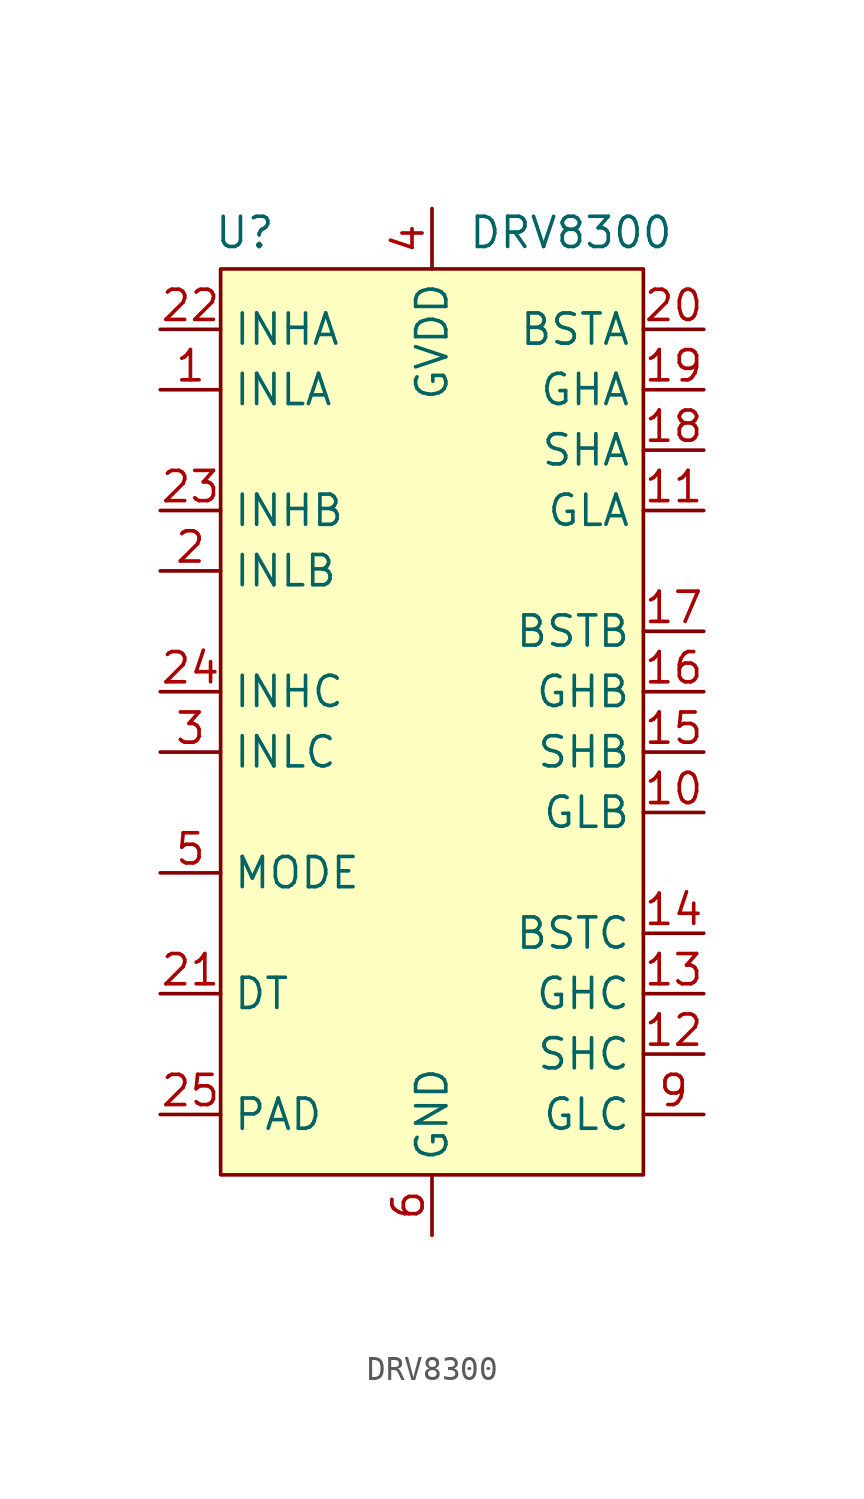
<source format=kicad_sym>
(kicad_symbol_lib
  (version 20231120)
  (generator "kicad_symbol_editor")
  (generator_version "8.0")
  (symbol "DRV8300"
    (property "Reference" "U"
      (at -7.874 20.574 0)
      (effects (font (size 1.27 1.27))))
    (property "Value" "DRV8300"
      (at 5.842 20.574 0)
      (effects (font (size 1.27 1.27))))
    (symbol "DRV8300_1_0"
      (pin no_connect line (at -2.54 -21.59 90) (length 2.54) hide (name "NC" (effects (font (size 1.27 1.27)))) (number "7" (effects (font (size 1.27 1.27)))))
      (pin no_connect line (at 2.54 -21.59 90) (length 2.54) hide (name "NC" (effects (font (size 1.27 1.27)))) (number "8" (effects (font (size 1.27 1.27))))))
    (symbol "DRV8300_1_1"
      (rectangle (start -8.89 19.05) (end 8.89 -19.05) (stroke (width 0) (type default)) (fill (type background)))
      (pin passive line (at -11.43 13.97 0) (length 2.54) (name "INLA" (effects (font (size 1.27 1.27)))) (number "1" (effects (font (size 1.27 1.27)))))
      (pin passive line (at 11.43 -3.81 180) (length 2.54) (name "GLB" (effects (font (size 1.27 1.27)))) (number "10" (effects (font (size 1.27 1.27)))))
      (pin passive line (at 11.43 8.89 180) (length 2.54) (name "GLA" (effects (font (size 1.27 1.27)))) (number "11" (effects (font (size 1.27 1.27)))))
      (pin passive line (at 11.43 -13.97 180) (length 2.54) (name "SHC" (effects (font (size 1.27 1.27)))) (number "12" (effects (font (size 1.27 1.27)))))
      (pin passive line (at 11.43 -11.43 180) (length 2.54) (name "GHC" (effects (font (size 1.27 1.27)))) (number "13" (effects (font (size 1.27 1.27)))))
      (pin passive line (at 11.43 -8.89 180) (length 2.54) (name "BSTC" (effects (font (size 1.27 1.27)))) (number "14" (effects (font (size 1.27 1.27)))))
      (pin passive line (at 11.43 -1.27 180) (length 2.54) (name "SHB" (effects (font (size 1.27 1.27)))) (number "15" (effects (font (size 1.27 1.27)))))
      (pin passive line (at 11.43 1.27 180) (length 2.54) (name "GHB" (effects (font (size 1.27 1.27)))) (number "16" (effects (font (size 1.27 1.27)))))
      (pin passive line (at 11.43 3.81 180) (length 2.54) (name "BSTB" (effects (font (size 1.27 1.27)))) (number "17" (effects (font (size 1.27 1.27)))))
      (pin passive line (at 11.43 11.43 180) (length 2.54) (name "SHA" (effects (font (size 1.27 1.27)))) (number "18" (effects (font (size 1.27 1.27)))))
      (pin passive line (at 11.43 13.97 180) (length 2.54) (name "GHA" (effects (font (size 1.27 1.27)))) (number "19" (effects (font (size 1.27 1.27)))))
      (pin passive line (at -11.43 6.35 0) (length 2.54) (name "INLB" (effects (font (size 1.27 1.27)))) (number "2" (effects (font (size 1.27 1.27)))))
      (pin passive line (at 11.43 16.51 180) (length 2.54) (name "BSTA" (effects (font (size 1.27 1.27)))) (number "20" (effects (font (size 1.27 1.27)))))
      (pin passive line (at -11.43 -11.43 0) (length 2.54) (name "DT" (effects (font (size 1.27 1.27)))) (number "21" (effects (font (size 1.27 1.27)))))
      (pin passive line (at -11.43 16.51 0) (length 2.54) (name "INHA" (effects (font (size 1.27 1.27)))) (number "22" (effects (font (size 1.27 1.27)))))
      (pin passive line (at -11.43 8.89 0) (length 2.54) (name "INHB" (effects (font (size 1.27 1.27)))) (number "23" (effects (font (size 1.27 1.27)))))
      (pin passive line (at -11.43 1.27 0) (length 2.54) (name "INHC" (effects (font (size 1.27 1.27)))) (number "24" (effects (font (size 1.27 1.27)))))
      (pin passive line (at -11.43 -16.51 0) (length 2.54) (name "PAD" (effects (font (size 1.27 1.27)))) (number "25" (effects (font (size 1.27 1.27)))))
      (pin passive line (at -11.43 -1.27 0) (length 2.54) (name "INLC" (effects (font (size 1.27 1.27)))) (number "3" (effects (font (size 1.27 1.27)))))
      (pin passive line (at 0 21.59 270) (length 2.54) (name "GVDD" (effects (font (size 1.27 1.27)))) (number "4" (effects (font (size 1.27 1.27)))))
      (pin passive line (at -11.43 -6.35 0) (length 2.54) (name "MODE" (effects (font (size 1.27 1.27)))) (number "5" (effects (font (size 1.27 1.27)))))
      (pin passive line (at 0 -21.59 90) (length 2.54) (name "GND" (effects (font (size 1.27 1.27)))) (number "6" (effects (font (size 1.27 1.27)))))
      (pin passive line (at 11.43 -16.51 180) (length 2.54) (name "GLC" (effects (font (size 1.27 1.27)))) (number "9" (effects (font (size 1.27 1.27))))))))
</source>
